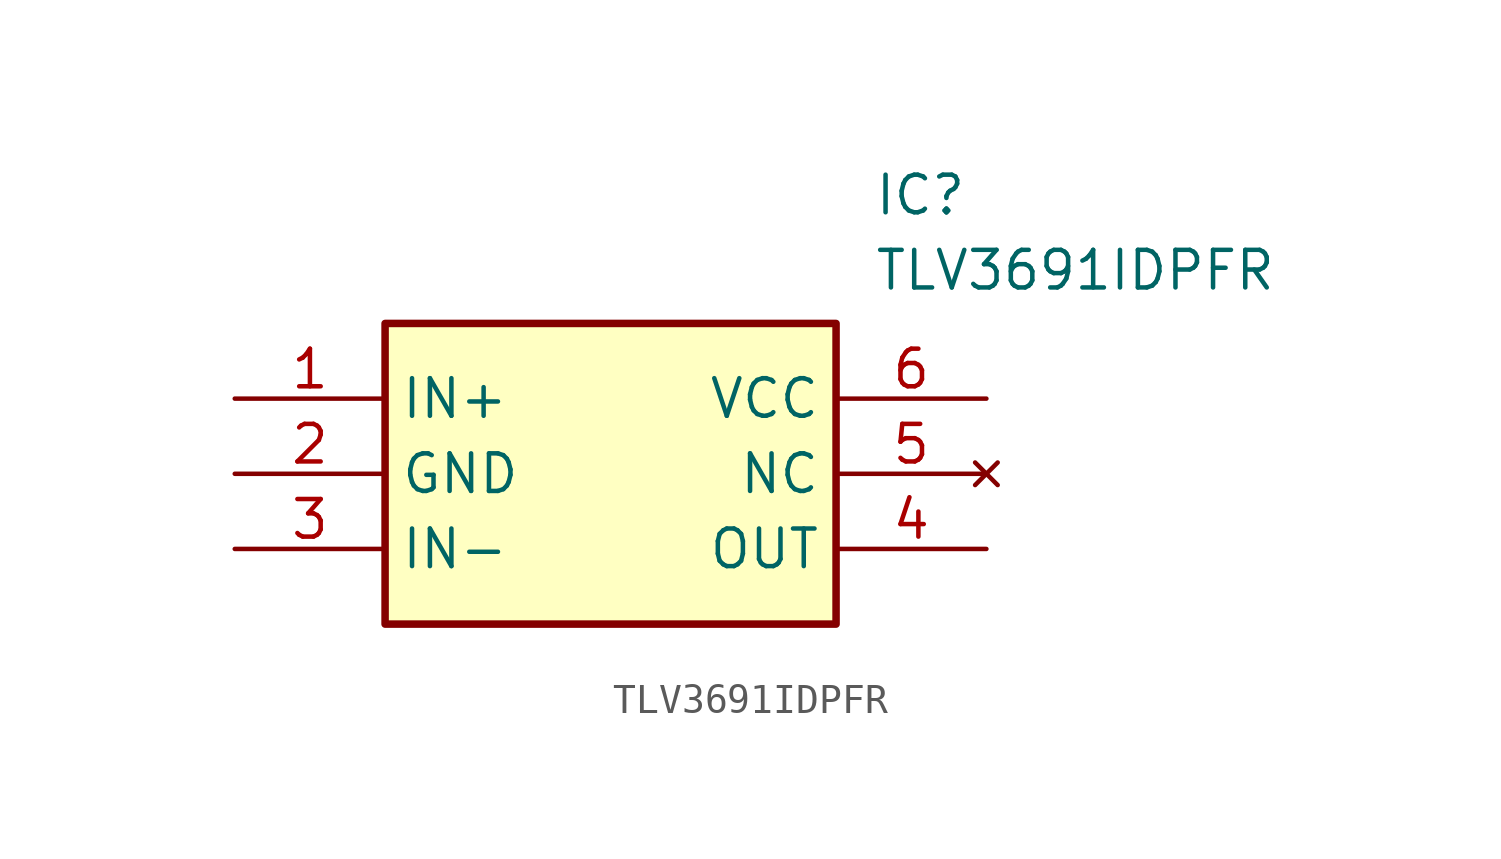
<source format=kicad_sym>
(kicad_symbol_lib
  (version 20211014)
  (generator SamacSys_ECAD_Model)
  (symbol "TLV3691IDPFR"
    (property "Reference" "IC"
      (at 21.59 7.62 0)
      (effects (font (size 1.27 1.27)) (justify left top)))
    (property "Value" "TLV3691IDPFR"
      (at 21.59 5.08 0)
      (effects (font (size 1.27 1.27)) (justify left top)))
    (rectangle
      (start 5.08 2.54)
      (end 20.32 -7.62)
      (stroke (width 0.254) (type default))
      (fill (type background)))
    (pin passive line
      (at 0 0 0)
      (length 5.08)
      (name "IN+" (effects (font (size 1.27 1.27))))
      (number "1" (effects (font (size 1.27 1.27)))))
    (pin passive line
      (at 0 -2.54 0)
      (length 5.08)
      (name "GND" (effects (font (size 1.27 1.27))))
      (number "2" (effects (font (size 1.27 1.27)))))
    (pin passive line
      (at 0 -5.08 0)
      (length 5.08)
      (name "IN-" (effects (font (size 1.27 1.27))))
      (number "3" (effects (font (size 1.27 1.27)))))
    (pin passive line
      (at 25.4 -5.08 180)
      (length 5.08)
      (name "OUT" (effects (font (size 1.27 1.27))))
      (number "4" (effects (font (size 1.27 1.27)))))
    (pin no_connect line
      (at 25.4 -2.54 180)
      (length 5.08)
      (name "NC" (effects (font (size 1.27 1.27))))
      (number "5" (effects (font (size 1.27 1.27)))))
    (pin passive line
      (at 25.4 0 180)
      (length 5.08)
      (name "VCC" (effects (font (size 1.27 1.27))))
      (number "6" (effects (font (size 1.27 1.27)))))))
</source>
